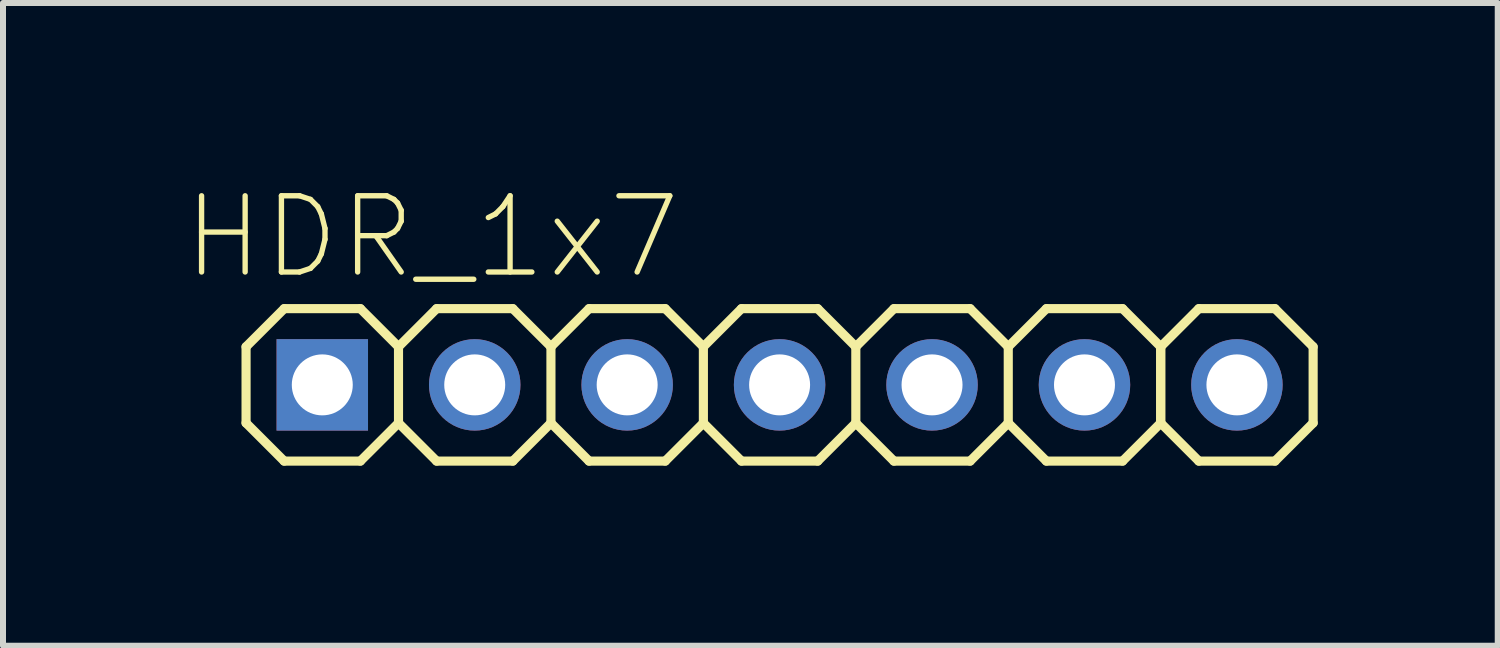
<source format=kicad_pcb>
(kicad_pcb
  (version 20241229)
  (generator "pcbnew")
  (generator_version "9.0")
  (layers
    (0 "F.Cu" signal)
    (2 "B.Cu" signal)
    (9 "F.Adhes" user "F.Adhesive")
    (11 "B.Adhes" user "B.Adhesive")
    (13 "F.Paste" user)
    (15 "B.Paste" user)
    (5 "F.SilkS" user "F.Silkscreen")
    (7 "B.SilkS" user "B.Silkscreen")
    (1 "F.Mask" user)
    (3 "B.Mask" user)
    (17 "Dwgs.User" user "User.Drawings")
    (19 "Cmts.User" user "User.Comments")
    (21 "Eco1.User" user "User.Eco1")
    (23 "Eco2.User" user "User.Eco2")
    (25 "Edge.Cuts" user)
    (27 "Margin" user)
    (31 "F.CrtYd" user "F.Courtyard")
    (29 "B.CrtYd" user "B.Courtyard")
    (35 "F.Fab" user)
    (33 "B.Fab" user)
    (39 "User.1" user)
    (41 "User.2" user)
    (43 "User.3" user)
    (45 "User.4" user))
  (footprint "HDR_1x7"
    (layer "F.Cu")
    (at 9.94 3.363)
    (property "Reference" "HDR_1x7" (at -5.791 -2.464 0) (layer "F.SilkS") (effects (font (size 1.27 1.27) (thickness 0.089))))
    (attr exclude_from_pos_files exclude_from_bom)
    (fp_line (start -8.89 -0.635) (end -8.89 0.635) (stroke (width 0.152) (type solid)) (layer "F.SilkS"))
    (fp_line (start -8.89 0.635) (end -8.255 1.27) (stroke (width 0.152) (type solid)) (layer "F.SilkS"))
    (fp_line (start -8.255 -1.27) (end -8.89 -0.635) (stroke (width 0.152) (type solid)) (layer "F.SilkS"))
    (fp_line (start -8.255 -1.27) (end -6.985 -1.27) (stroke (width 0.152) (type solid)) (layer "F.SilkS"))
    (fp_line (start -6.985 -1.27) (end -6.35 -0.635) (stroke (width 0.152) (type solid)) (layer "F.SilkS"))
    (fp_line (start -6.985 1.27) (end -8.255 1.27) (stroke (width 0.152) (type solid)) (layer "F.SilkS"))
    (fp_line (start -6.35 -0.635) (end -6.35 0.635) (stroke (width 0.152) (type solid)) (layer "F.SilkS"))
    (fp_line (start -6.35 -0.635) (end -5.715 -1.27) (stroke (width 0.152) (type solid)) (layer "F.SilkS"))
    (fp_line (start -6.35 0.635) (end -6.985 1.27) (stroke (width 0.152) (type solid)) (layer "F.SilkS"))
    (fp_line (start -5.715 -1.27) (end -4.445 -1.27) (stroke (width 0.152) (type solid)) (layer "F.SilkS"))
    (fp_line (start -5.715 1.27) (end -6.35 0.635) (stroke (width 0.152) (type solid)) (layer "F.SilkS"))
    (fp_line (start -4.445 -1.27) (end -3.81 -0.635) (stroke (width 0.152) (type solid)) (layer "F.SilkS"))
    (fp_line (start -4.445 1.27) (end -5.715 1.27) (stroke (width 0.152) (type solid)) (layer "F.SilkS"))
    (fp_line (start -3.81 -0.635) (end -3.81 0.635) (stroke (width 0.152) (type solid)) (layer "F.SilkS"))
    (fp_line (start -3.81 -0.635) (end -3.175 -1.27) (stroke (width 0.152) (type solid)) (layer "F.SilkS"))
    (fp_line (start -3.81 0.635) (end -4.445 1.27) (stroke (width 0.152) (type solid)) (layer "F.SilkS"))
    (fp_line (start -3.175 -1.27) (end -1.905 -1.27) (stroke (width 0.152) (type solid)) (layer "F.SilkS"))
    (fp_line (start -3.175 1.27) (end -3.81 0.635) (stroke (width 0.152) (type solid)) (layer "F.SilkS"))
    (fp_line (start -1.905 -1.27) (end -1.27 -0.635) (stroke (width 0.152) (type solid)) (layer "F.SilkS"))
    (fp_line (start -1.905 1.27) (end -3.175 1.27) (stroke (width 0.152) (type solid)) (layer "F.SilkS"))
    (fp_line (start -1.27 -0.635) (end -1.27 0.635) (stroke (width 0.152) (type solid)) (layer "F.SilkS"))
    (fp_line (start -1.27 0.635) (end -1.905 1.27) (stroke (width 0.152) (type solid)) (layer "F.SilkS"))
    (fp_line (start -1.27 0.635) (end -0.635 1.27) (stroke (width 0.152) (type solid)) (layer "F.SilkS"))
    (fp_line (start -0.635 -1.27) (end -1.27 -0.635) (stroke (width 0.152) (type solid)) (layer "F.SilkS"))
    (fp_line (start -0.635 -1.27) (end 0.635 -1.27) (stroke (width 0.152) (type solid)) (layer "F.SilkS"))
    (fp_line (start 0.635 -1.27) (end 1.27 -0.635) (stroke (width 0.152) (type solid)) (layer "F.SilkS"))
    (fp_line (start 0.635 1.27) (end -0.635 1.27) (stroke (width 0.152) (type solid)) (layer "F.SilkS"))
    (fp_line (start 1.27 -0.635) (end 1.27 0.635) (stroke (width 0.152) (type solid)) (layer "F.SilkS"))
    (fp_line (start 1.27 -0.635) (end 1.905 -1.27) (stroke (width 0.152) (type solid)) (layer "F.SilkS"))
    (fp_line (start 1.27 0.635) (end 0.635 1.27) (stroke (width 0.152) (type solid)) (layer "F.SilkS"))
    (fp_line (start 1.905 -1.27) (end 3.175 -1.27) (stroke (width 0.152) (type solid)) (layer "F.SilkS"))
    (fp_line (start 1.905 1.27) (end 1.27 0.635) (stroke (width 0.152) (type solid)) (layer "F.SilkS"))
    (fp_line (start 3.175 -1.27) (end 3.81 -0.635) (stroke (width 0.152) (type solid)) (layer "F.SilkS"))
    (fp_line (start 3.175 1.27) (end 1.905 1.27) (stroke (width 0.152) (type solid)) (layer "F.SilkS"))
    (fp_line (start 3.81 -0.635) (end 3.81 0.635) (stroke (width 0.152) (type solid)) (layer "F.SilkS"))
    (fp_line (start 3.81 -0.635) (end 4.445 -1.27) (stroke (width 0.152) (type solid)) (layer "F.SilkS"))
    (fp_line (start 3.81 0.635) (end 3.175 1.27) (stroke (width 0.152) (type solid)) (layer "F.SilkS"))
    (fp_line (start 4.445 -1.27) (end 5.715 -1.27) (stroke (width 0.152) (type solid)) (layer "F.SilkS"))
    (fp_line (start 4.445 1.27) (end 3.81 0.635) (stroke (width 0.152) (type solid)) (layer "F.SilkS"))
    (fp_line (start 5.715 -1.27) (end 6.35 -0.635) (stroke (width 0.152) (type solid)) (layer "F.SilkS"))
    (fp_line (start 5.715 1.27) (end 4.445 1.27) (stroke (width 0.152) (type solid)) (layer "F.SilkS"))
    (fp_line (start 6.35 -0.635) (end 6.35 0.635) (stroke (width 0.152) (type solid)) (layer "F.SilkS"))
    (fp_line (start 6.35 -0.635) (end 6.35 0.635) (stroke (width 0.152) (type solid)) (layer "F.SilkS"))
    (fp_line (start 6.35 -0.635) (end 6.985 -1.27) (stroke (width 0.152) (type solid)) (layer "F.SilkS"))
    (fp_line (start 6.35 0.635) (end 5.715 1.27) (stroke (width 0.152) (type solid)) (layer "F.SilkS"))
    (fp_line (start 6.985 -1.27) (end 8.255 -1.27) (stroke (width 0.152) (type solid)) (layer "F.SilkS"))
    (fp_line (start 6.985 1.27) (end 6.35 0.635) (stroke (width 0.152) (type solid)) (layer "F.SilkS"))
    (fp_line (start 8.255 -1.27) (end 8.89 -0.635) (stroke (width 0.152) (type solid)) (layer "F.SilkS"))
    (fp_line (start 8.255 1.27) (end 6.985 1.27) (stroke (width 0.152) (type solid)) (layer "F.SilkS"))
    (fp_line (start 8.89 -0.635) (end 8.89 0.635) (stroke (width 0.152) (type solid)) (layer "F.SilkS"))
    (fp_line (start 8.89 0.635) (end 8.255 1.27) (stroke (width 0.152) (type solid)) (layer "F.SilkS"))
    (fp_line (start -7.874 -0.254) (end -7.366 -0.254) (stroke (width 0.066) (type solid)) (layer "F.Fab"))
    (fp_line (start -7.874 0.254) (end -7.874 -0.254) (stroke (width 0.066) (type solid)) (layer "F.Fab"))
    (fp_line (start -7.874 0.254) (end -7.366 0.254) (stroke (width 0.066) (type solid)) (layer "F.Fab"))
    (fp_line (start -7.366 0.254) (end -7.366 -0.254) (stroke (width 0.066) (type solid)) (layer "F.Fab"))
    (fp_line (start -5.334 -0.254) (end -4.826 -0.254) (stroke (width 0.066) (type solid)) (layer "F.Fab"))
    (fp_line (start -5.334 0.254) (end -5.334 -0.254) (stroke (width 0.066) (type solid)) (layer "F.Fab"))
    (fp_line (start -5.334 0.254) (end -4.826 0.254) (stroke (width 0.066) (type solid)) (layer "F.Fab"))
    (fp_line (start -4.826 0.254) (end -4.826 -0.254) (stroke (width 0.066) (type solid)) (layer "F.Fab"))
    (fp_line (start -2.794 -0.254) (end -2.286 -0.254) (stroke (width 0.066) (type solid)) (layer "F.Fab"))
    (fp_line (start -2.794 0.254) (end -2.794 -0.254) (stroke (width 0.066) (type solid)) (layer "F.Fab"))
    (fp_line (start -2.794 0.254) (end -2.286 0.254) (stroke (width 0.066) (type solid)) (layer "F.Fab"))
    (fp_line (start -2.286 0.254) (end -2.286 -0.254) (stroke (width 0.066) (type solid)) (layer "F.Fab"))
    (fp_line (start -0.254 -0.254) (end 0.254 -0.254) (stroke (width 0.066) (type solid)) (layer "F.Fab"))
    (fp_line (start -0.254 0.254) (end -0.254 -0.254) (stroke (width 0.066) (type solid)) (layer "F.Fab"))
    (fp_line (start -0.254 0.254) (end 0.254 0.254) (stroke (width 0.066) (type solid)) (layer "F.Fab"))
    (fp_line (start 0.254 0.254) (end 0.254 -0.254) (stroke (width 0.066) (type solid)) (layer "F.Fab"))
    (fp_line (start 2.286 -0.254) (end 2.794 -0.254) (stroke (width 0.066) (type solid)) (layer "F.Fab"))
    (fp_line (start 2.286 0.254) (end 2.286 -0.254) (stroke (width 0.066) (type solid)) (layer "F.Fab"))
    (fp_line (start 2.286 0.254) (end 2.794 0.254) (stroke (width 0.066) (type solid)) (layer "F.Fab"))
    (fp_line (start 2.794 0.254) (end 2.794 -0.254) (stroke (width 0.066) (type solid)) (layer "F.Fab"))
    (fp_line (start 4.826 -0.254) (end 5.334 -0.254) (stroke (width 0.066) (type solid)) (layer "F.Fab"))
    (fp_line (start 4.826 0.254) (end 4.826 -0.254) (stroke (width 0.066) (type solid)) (layer "F.Fab"))
    (fp_line (start 4.826 0.254) (end 5.334 0.254) (stroke (width 0.066) (type solid)) (layer "F.Fab"))
    (fp_line (start 5.334 0.254) (end 5.334 -0.254) (stroke (width 0.066) (type solid)) (layer "F.Fab"))
    (fp_line (start 7.366 -0.254) (end 7.874 -0.254) (stroke (width 0.066) (type solid)) (layer "F.Fab"))
    (fp_line (start 7.366 0.254) (end 7.366 -0.254) (stroke (width 0.066) (type solid)) (layer "F.Fab"))
    (fp_line (start 7.366 0.254) (end 7.874 0.254) (stroke (width 0.066) (type solid)) (layer "F.Fab"))
    (fp_line (start 7.874 0.254) (end 7.874 -0.254) (stroke (width 0.066) (type solid)) (layer "F.Fab"))
    (pad "1" thru_hole rect (at -7.62 0) (size 1.524 1.524) (drill 1.016) (layers "*.Cu" "*.Mask"))
    (pad "2" thru_hole circle (at -5.08 0) (size 1.524 1.524) (drill 1.016) (layers "*.Cu" "*.Mask"))
    (pad "3" thru_hole circle (at -2.54 0) (size 1.524 1.524) (drill 1.016) (layers "*.Cu" "*.Mask"))
    (pad "4" thru_hole circle (at 0 0) (size 1.524 1.524) (drill 1.016) (layers "*.Cu" "*.Mask"))
    (pad "5" thru_hole circle (at 2.54 0) (size 1.524 1.524) (drill 1.016) (layers "*.Cu" "*.Mask"))
    (pad "6" thru_hole circle (at 5.08 0) (size 1.524 1.524) (drill 1.016) (layers "*.Cu" "*.Mask"))
    (pad "7" thru_hole circle (at 7.62 0) (size 1.524 1.524) (drill 1.016) (layers "*.Cu" "*.Mask")))
  (gr_rect
    (start -3 -3)
    (end 21.906 7.709)
    (stroke (width 0.1) (type default))
    (fill no)
    (layer "Edge.Cuts")))
</source>
